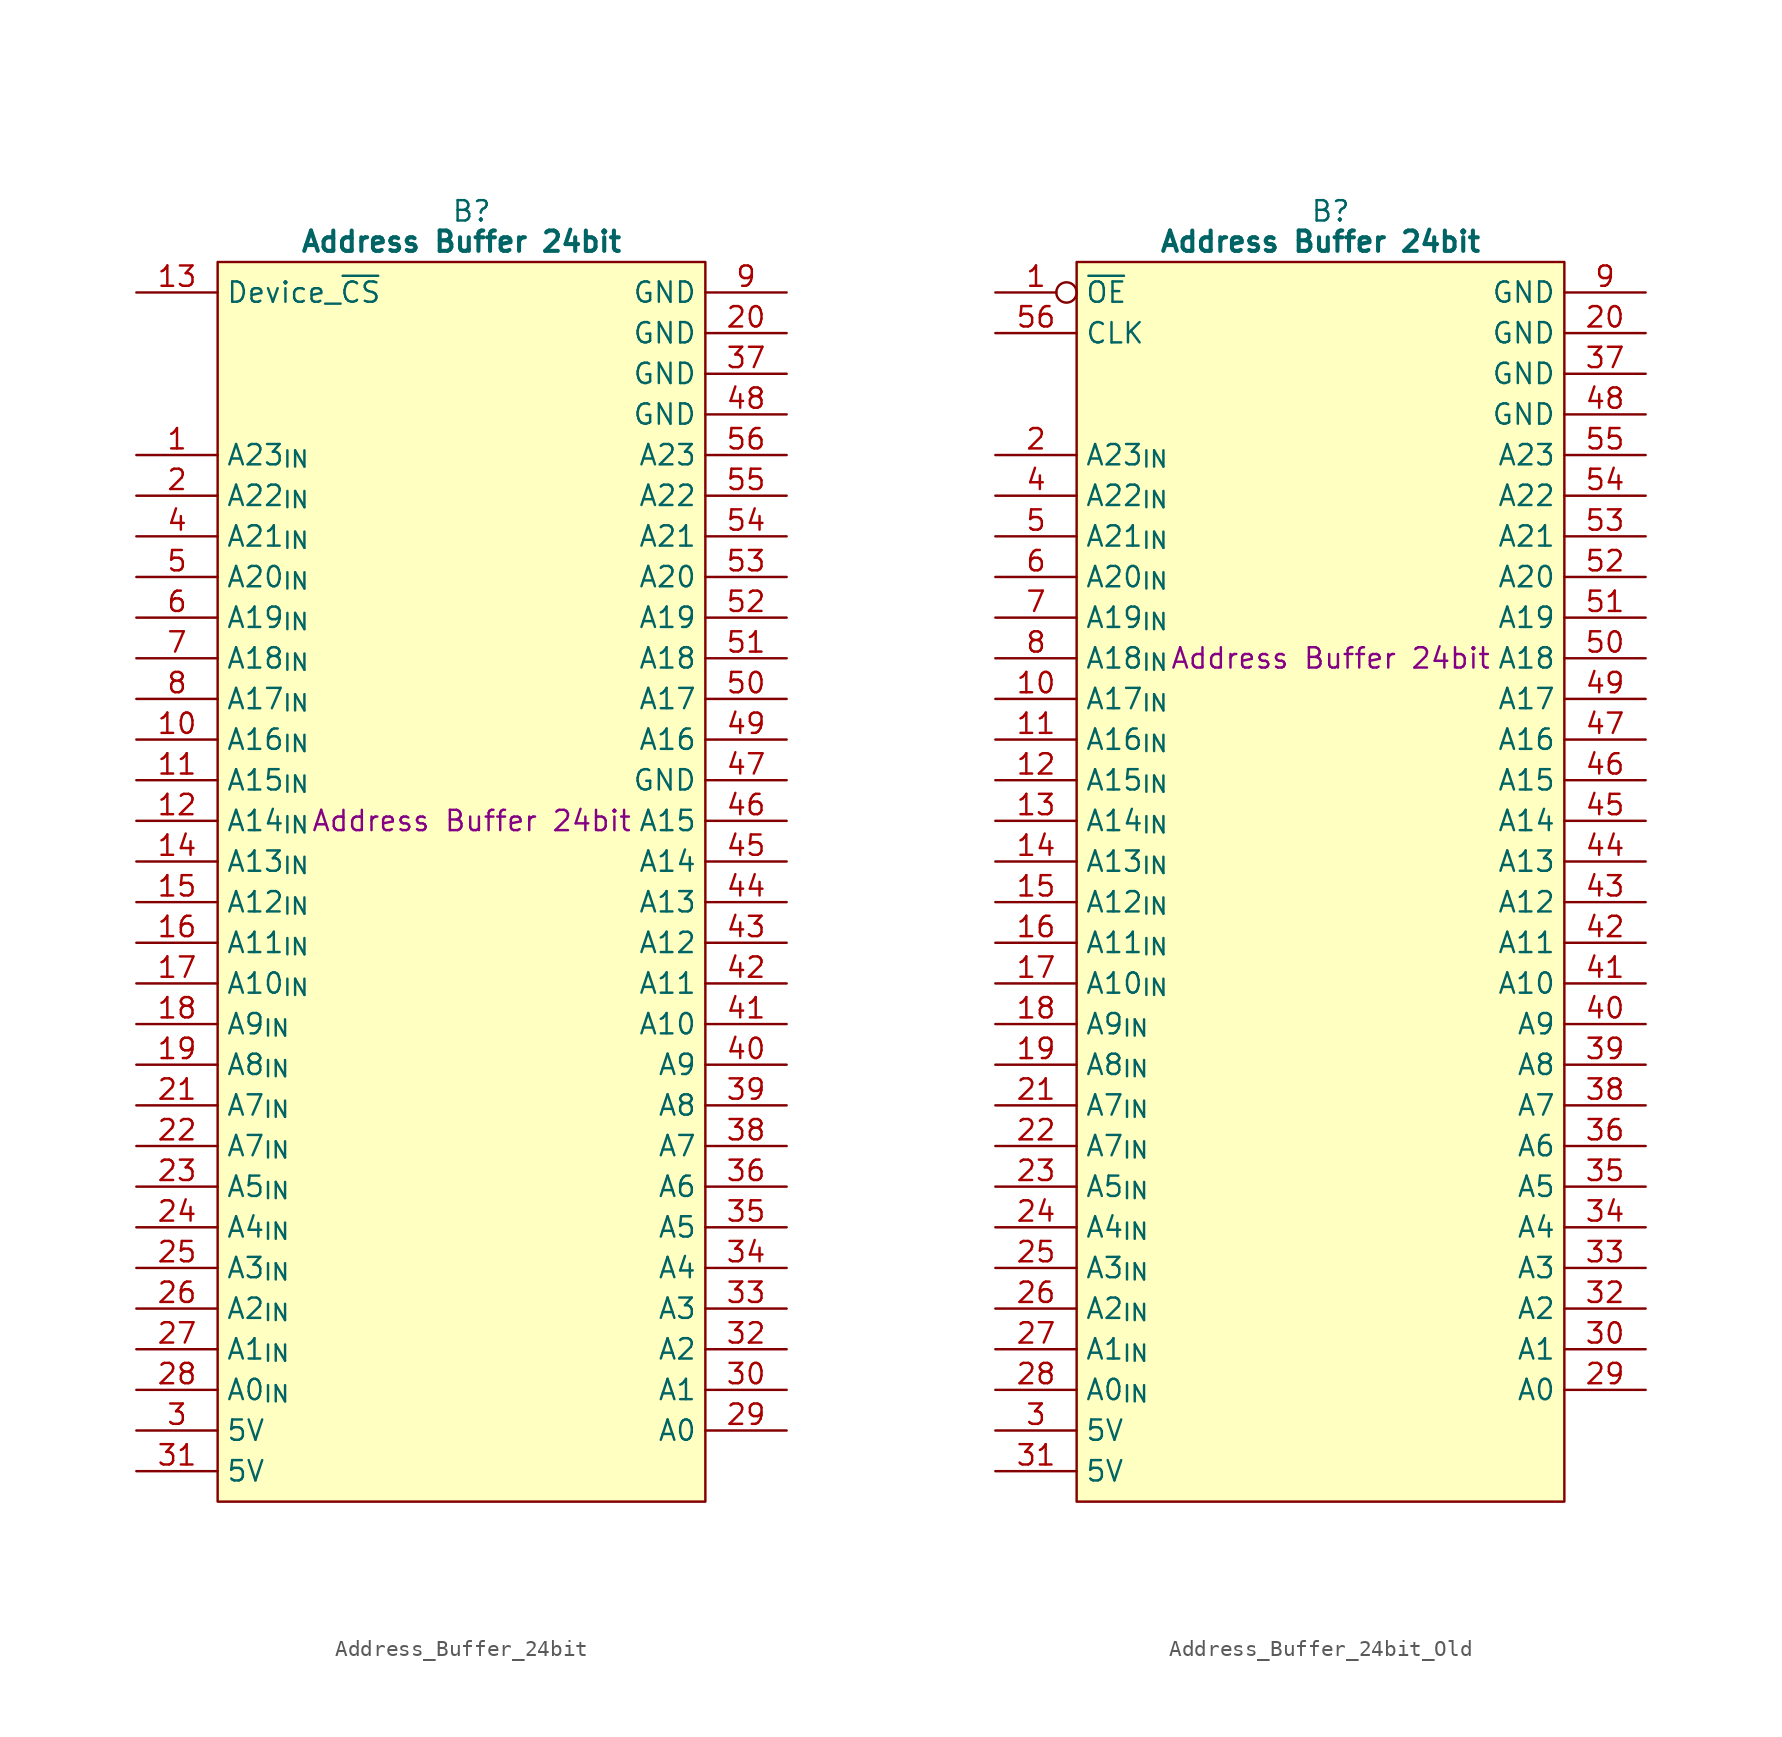
<source format=kicad_sym>
(kicad_symbol_lib
  (version 20241209)
  (generator "kicad_symbol_editor")
  (generator_version "9.0")
  (symbol "Address_Buffer_24bit"
    (property "Reference" "B"
      (at 15.875 5.08 0)
      (effects (font (size 1.27 1.27))))
    (property "Value" "Address Buffer 24bit"
      (at 15.24 3.175 0)
      (effects (font (size 1.27 1.27) (bold yes))))
    (property "Description" "Address Buffer 24bit"
      (at 15.875 -33.02 0)
      (effects (font (size 1.27 1.27))))
    (symbol "Address_Buffer_24bit_0_1"
      (polyline (pts (xy 0 1.905) (xy 30.48 1.905) (xy 30.48 -75.565) (xy 0 -75.565) (xy 0 1.905)) (stroke (width 0.152) (type default)) (fill (type background))))
    (symbol "Address_Buffer_24bit_1_0"
      (pin passive line (at 35.56 -5.08 180) (length 5.08) (name "GND" (effects (font (size 1.27 1.27)))) (number "37" (effects (font (size 1.27 1.27))))))
    (symbol "Address_Buffer_24bit_1_1"
      (pin input line (at -5.08 0 0) (length 5.08) (name "Device_~{CS}" (effects (font (size 1.27 1.27)))) (number "13" (effects (font (size 1.27 1.27)))))
      (pin input line (at -5.08 -10.16 0) (length 5.08) (name "A23_{IN}" (effects (font (size 1.27 1.27)))) (number "1" (effects (font (size 1.27 1.27)))))
      (pin input line (at -5.08 -12.7 0) (length 5.08) (name "A22_{IN}" (effects (font (size 1.27 1.27)))) (number "2" (effects (font (size 1.27 1.27)))))
      (pin input line (at -5.08 -15.24 0) (length 5.08) (name "A21_{IN}" (effects (font (size 1.27 1.27)))) (number "4" (effects (font (size 1.27 1.27)))))
      (pin input line (at -5.08 -17.78 0) (length 5.08) (name "A20_{IN}" (effects (font (size 1.27 1.27)))) (number "5" (effects (font (size 1.27 1.27)))))
      (pin input line (at -5.08 -20.32 0) (length 5.08) (name "A19_{IN}" (effects (font (size 1.27 1.27)))) (number "6" (effects (font (size 1.27 1.27)))))
      (pin input line (at -5.08 -22.86 0) (length 5.08) (name "A18_{IN}" (effects (font (size 1.27 1.27)))) (number "7" (effects (font (size 1.27 1.27)))))
      (pin input line (at -5.08 -25.4 0) (length 5.08) (name "A17_{IN}" (effects (font (size 1.27 1.27)))) (number "8" (effects (font (size 1.27 1.27)))))
      (pin input line (at -5.08 -27.94 0) (length 5.08) (name "A16_{IN}" (effects (font (size 1.27 1.27)))) (number "10" (effects (font (size 1.27 1.27)))))
      (pin input line (at -5.08 -30.48 0) (length 5.08) (name "A15_{IN}" (effects (font (size 1.27 1.27)))) (number "11" (effects (font (size 1.27 1.27)))))
      (pin input line (at -5.08 -33.02 0) (length 5.08) (name "A14_{IN}" (effects (font (size 1.27 1.27)))) (number "12" (effects (font (size 1.27 1.27)))))
      (pin input line (at -5.08 -35.56 0) (length 5.08) (name "A13_{IN}" (effects (font (size 1.27 1.27)))) (number "14" (effects (font (size 1.27 1.27)))))
      (pin input line (at -5.08 -38.1 0) (length 5.08) (name "A12_{IN}" (effects (font (size 1.27 1.27)))) (number "15" (effects (font (size 1.27 1.27)))))
      (pin input line (at -5.08 -40.64 0) (length 5.08) (name "A11_{IN}" (effects (font (size 1.27 1.27)))) (number "16" (effects (font (size 1.27 1.27)))))
      (pin input line (at -5.08 -43.18 0) (length 5.08) (name "A10_{IN}" (effects (font (size 1.27 1.27)))) (number "17" (effects (font (size 1.27 1.27)))))
      (pin input line (at -5.08 -45.72 0) (length 5.08) (name "A9_{IN}" (effects (font (size 1.27 1.27)))) (number "18" (effects (font (size 1.27 1.27)))))
      (pin input line (at -5.08 -48.26 0) (length 5.08) (name "A8_{IN}" (effects (font (size 1.27 1.27)))) (number "19" (effects (font (size 1.27 1.27)))))
      (pin input line (at -5.08 -50.8 0) (length 5.08) (name "A7_{IN}" (effects (font (size 1.27 1.27)))) (number "21" (effects (font (size 1.27 1.27)))))
      (pin input line (at -5.08 -53.34 0) (length 5.08) (name "A7_{IN}" (effects (font (size 1.27 1.27)))) (number "22" (effects (font (size 1.27 1.27)))))
      (pin input line (at -5.08 -55.88 0) (length 5.08) (name "A5_{IN}" (effects (font (size 1.27 1.27)))) (number "23" (effects (font (size 1.27 1.27)))))
      (pin input line (at -5.08 -58.42 0) (length 5.08) (name "A4_{IN}" (effects (font (size 1.27 1.27)))) (number "24" (effects (font (size 1.27 1.27)))))
      (pin input line (at -5.08 -60.96 0) (length 5.08) (name "A3_{IN}" (effects (font (size 1.27 1.27)))) (number "25" (effects (font (size 1.27 1.27)))))
      (pin input line (at -5.08 -63.5 0) (length 5.08) (name "A2_{IN}" (effects (font (size 1.27 1.27)))) (number "26" (effects (font (size 1.27 1.27)))))
      (pin input line (at -5.08 -66.04 0) (length 5.08) (name "A1_{IN}" (effects (font (size 1.27 1.27)))) (number "27" (effects (font (size 1.27 1.27)))))
      (pin input line (at -5.08 -68.58 0) (length 5.08) (name "A0_{IN}" (effects (font (size 1.27 1.27)))) (number "28" (effects (font (size 1.27 1.27)))))
      (pin passive line (at -5.08 -71.12 0) (length 5.08) (name "5V" (effects (font (size 1.27 1.27)))) (number "3" (effects (font (size 1.27 1.27)))))
      (pin passive line (at -5.08 -73.66 0) (length 5.08) (name "5V" (effects (font (size 1.27 1.27)))) (number "31" (effects (font (size 1.27 1.27)))))
      (pin passive line (at 35.56 0 180) (length 5.08) (name "GND" (effects (font (size 1.27 1.27)))) (number "9" (effects (font (size 1.27 1.27)))))
      (pin passive line (at 35.56 -2.54 180) (length 5.08) (name "GND" (effects (font (size 1.27 1.27)))) (number "20" (effects (font (size 1.27 1.27)))))
      (pin passive line (at 35.56 -7.62 180) (length 5.08) (name "GND" (effects (font (size 1.27 1.27)))) (number "48" (effects (font (size 1.27 1.27)))))
      (pin output line (at 35.56 -10.16 180) (length 5.08) (name "A23" (effects (font (size 1.27 1.27)))) (number "56" (effects (font (size 1.27 1.27)))))
      (pin output line (at 35.56 -12.7 180) (length 5.08) (name "A22" (effects (font (size 1.27 1.27)))) (number "55" (effects (font (size 1.27 1.27)))))
      (pin output line (at 35.56 -15.24 180) (length 5.08) (name "A21" (effects (font (size 1.27 1.27)))) (number "54" (effects (font (size 1.27 1.27)))))
      (pin output line (at 35.56 -17.78 180) (length 5.08) (name "A20" (effects (font (size 1.27 1.27)))) (number "53" (effects (font (size 1.27 1.27)))))
      (pin output line (at 35.56 -20.32 180) (length 5.08) (name "A19" (effects (font (size 1.27 1.27)))) (number "52" (effects (font (size 1.27 1.27)))))
      (pin output line (at 35.56 -22.86 180) (length 5.08) (name "A18" (effects (font (size 1.27 1.27)))) (number "51" (effects (font (size 1.27 1.27)))))
      (pin output line (at 35.56 -25.4 180) (length 5.08) (name "A17" (effects (font (size 1.27 1.27)))) (number "50" (effects (font (size 1.27 1.27)))))
      (pin output line (at 35.56 -27.94 180) (length 5.08) (name "A16" (effects (font (size 1.27 1.27)))) (number "49" (effects (font (size 1.27 1.27)))))
      (pin output line (at 35.56 -30.48 180) (length 5.08) (name "GND" (effects (font (size 1.27 1.27)))) (number "47" (effects (font (size 1.27 1.27)))))
      (pin output line (at 35.56 -33.02 180) (length 5.08) (name "A15" (effects (font (size 1.27 1.27)))) (number "46" (effects (font (size 1.27 1.27)))))
      (pin output line (at 35.56 -35.56 180) (length 5.08) (name "A14" (effects (font (size 1.27 1.27)))) (number "45" (effects (font (size 1.27 1.27)))))
      (pin output line (at 35.56 -38.1 180) (length 5.08) (name "A13" (effects (font (size 1.27 1.27)))) (number "44" (effects (font (size 1.27 1.27)))))
      (pin output line (at 35.56 -40.64 180) (length 5.08) (name "A12" (effects (font (size 1.27 1.27)))) (number "43" (effects (font (size 1.27 1.27)))))
      (pin output line (at 35.56 -43.18 180) (length 5.08) (name "A11" (effects (font (size 1.27 1.27)))) (number "42" (effects (font (size 1.27 1.27)))))
      (pin output line (at 35.56 -45.72 180) (length 5.08) (name "A10" (effects (font (size 1.27 1.27)))) (number "41" (effects (font (size 1.27 1.27)))))
      (pin output line (at 35.56 -48.26 180) (length 5.08) (name "A9" (effects (font (size 1.27 1.27)))) (number "40" (effects (font (size 1.27 1.27)))))
      (pin output line (at 35.56 -50.8 180) (length 5.08) (name "A8" (effects (font (size 1.27 1.27)))) (number "39" (effects (font (size 1.27 1.27)))))
      (pin output line (at 35.56 -53.34 180) (length 5.08) (name "A7" (effects (font (size 1.27 1.27)))) (number "38" (effects (font (size 1.27 1.27)))))
      (pin output line (at 35.56 -55.88 180) (length 5.08) (name "A6" (effects (font (size 1.27 1.27)))) (number "36" (effects (font (size 1.27 1.27)))))
      (pin output line (at 35.56 -58.42 180) (length 5.08) (name "A5" (effects (font (size 1.27 1.27)))) (number "35" (effects (font (size 1.27 1.27)))))
      (pin output line (at 35.56 -60.96 180) (length 5.08) (name "A4" (effects (font (size 1.27 1.27)))) (number "34" (effects (font (size 1.27 1.27)))))
      (pin output line (at 35.56 -63.5 180) (length 5.08) (name "A3" (effects (font (size 1.27 1.27)))) (number "33" (effects (font (size 1.27 1.27)))))
      (pin output line (at 35.56 -66.04 180) (length 5.08) (name "A2" (effects (font (size 1.27 1.27)))) (number "32" (effects (font (size 1.27 1.27)))))
      (pin output line (at 35.56 -68.58 180) (length 5.08) (name "A1" (effects (font (size 1.27 1.27)))) (number "30" (effects (font (size 1.27 1.27)))))
      (pin output line (at 35.56 -71.12 180) (length 5.08) (name "A0" (effects (font (size 1.27 1.27)))) (number "29" (effects (font (size 1.27 1.27)))))))
  (symbol "Address_Buffer_24bit_Old"
    (property "Reference" "B"
      (at 15.875 5.08 0)
      (effects (font (size 1.27 1.27))))
    (property "Value" "Address Buffer 24bit"
      (at 15.24 3.175 0)
      (effects (font (size 1.27 1.27) (bold yes))))
    (property "Description" "Address Buffer 24bit"
      (at 15.875 -22.86 0)
      (effects (font (size 1.27 1.27))))
    (symbol "Address_Buffer_24bit_Old_0_1"
      (polyline (pts (xy 0 1.905) (xy 30.48 1.905) (xy 30.48 -75.565) (xy 0 -75.565) (xy 0 1.905)) (stroke (width 0.152) (type default)) (fill (type background))))
    (symbol "Address_Buffer_24bit_Old_1_0"
      (pin passive line (at 35.56 -5.08 180) (length 5.08) (name "GND" (effects (font (size 1.27 1.27)))) (number "37" (effects (font (size 1.27 1.27))))))
    (symbol "Address_Buffer_24bit_Old_1_1"
      (pin input inverted (at -5.08 0 0) (length 5.08) (name "~{OE}" (effects (font (size 1.27 1.27)))) (number "1" (effects (font (size 1.27 1.27)))))
      (pin input line (at -5.08 -2.54 0) (length 5.08) (name "CLK" (effects (font (size 1.27 1.27)))) (number "56" (effects (font (size 1.27 1.27)))))
      (pin input line (at -5.08 -10.16 0) (length 5.08) (name "A23_{IN}" (effects (font (size 1.27 1.27)))) (number "2" (effects (font (size 1.27 1.27)))))
      (pin input line (at -5.08 -12.7 0) (length 5.08) (name "A22_{IN}" (effects (font (size 1.27 1.27)))) (number "4" (effects (font (size 1.27 1.27)))))
      (pin input line (at -5.08 -15.24 0) (length 5.08) (name "A21_{IN}" (effects (font (size 1.27 1.27)))) (number "5" (effects (font (size 1.27 1.27)))))
      (pin input line (at -5.08 -17.78 0) (length 5.08) (name "A20_{IN}" (effects (font (size 1.27 1.27)))) (number "6" (effects (font (size 1.27 1.27)))))
      (pin input line (at -5.08 -20.32 0) (length 5.08) (name "A19_{IN}" (effects (font (size 1.27 1.27)))) (number "7" (effects (font (size 1.27 1.27)))))
      (pin input line (at -5.08 -22.86 0) (length 5.08) (name "A18_{IN}" (effects (font (size 1.27 1.27)))) (number "8" (effects (font (size 1.27 1.27)))))
      (pin input line (at -5.08 -25.4 0) (length 5.08) (name "A17_{IN}" (effects (font (size 1.27 1.27)))) (number "10" (effects (font (size 1.27 1.27)))))
      (pin input line (at -5.08 -27.94 0) (length 5.08) (name "A16_{IN}" (effects (font (size 1.27 1.27)))) (number "11" (effects (font (size 1.27 1.27)))))
      (pin input line (at -5.08 -30.48 0) (length 5.08) (name "A15_{IN}" (effects (font (size 1.27 1.27)))) (number "12" (effects (font (size 1.27 1.27)))))
      (pin input line (at -5.08 -33.02 0) (length 5.08) (name "A14_{IN}" (effects (font (size 1.27 1.27)))) (number "13" (effects (font (size 1.27 1.27)))))
      (pin input line (at -5.08 -35.56 0) (length 5.08) (name "A13_{IN}" (effects (font (size 1.27 1.27)))) (number "14" (effects (font (size 1.27 1.27)))))
      (pin input line (at -5.08 -38.1 0) (length 5.08) (name "A12_{IN}" (effects (font (size 1.27 1.27)))) (number "15" (effects (font (size 1.27 1.27)))))
      (pin input line (at -5.08 -40.64 0) (length 5.08) (name "A11_{IN}" (effects (font (size 1.27 1.27)))) (number "16" (effects (font (size 1.27 1.27)))))
      (pin input line (at -5.08 -43.18 0) (length 5.08) (name "A10_{IN}" (effects (font (size 1.27 1.27)))) (number "17" (effects (font (size 1.27 1.27)))))
      (pin input line (at -5.08 -45.72 0) (length 5.08) (name "A9_{IN}" (effects (font (size 1.27 1.27)))) (number "18" (effects (font (size 1.27 1.27)))))
      (pin input line (at -5.08 -48.26 0) (length 5.08) (name "A8_{IN}" (effects (font (size 1.27 1.27)))) (number "19" (effects (font (size 1.27 1.27)))))
      (pin input line (at -5.08 -50.8 0) (length 5.08) (name "A7_{IN}" (effects (font (size 1.27 1.27)))) (number "21" (effects (font (size 1.27 1.27)))))
      (pin input line (at -5.08 -53.34 0) (length 5.08) (name "A7_{IN}" (effects (font (size 1.27 1.27)))) (number "22" (effects (font (size 1.27 1.27)))))
      (pin input line (at -5.08 -55.88 0) (length 5.08) (name "A5_{IN}" (effects (font (size 1.27 1.27)))) (number "23" (effects (font (size 1.27 1.27)))))
      (pin input line (at -5.08 -58.42 0) (length 5.08) (name "A4_{IN}" (effects (font (size 1.27 1.27)))) (number "24" (effects (font (size 1.27 1.27)))))
      (pin input line (at -5.08 -60.96 0) (length 5.08) (name "A3_{IN}" (effects (font (size 1.27 1.27)))) (number "25" (effects (font (size 1.27 1.27)))))
      (pin input line (at -5.08 -63.5 0) (length 5.08) (name "A2_{IN}" (effects (font (size 1.27 1.27)))) (number "26" (effects (font (size 1.27 1.27)))))
      (pin input line (at -5.08 -66.04 0) (length 5.08) (name "A1_{IN}" (effects (font (size 1.27 1.27)))) (number "27" (effects (font (size 1.27 1.27)))))
      (pin input line (at -5.08 -68.58 0) (length 5.08) (name "A0_{IN}" (effects (font (size 1.27 1.27)))) (number "28" (effects (font (size 1.27 1.27)))))
      (pin passive line (at -5.08 -71.12 0) (length 5.08) (name "5V" (effects (font (size 1.27 1.27)))) (number "3" (effects (font (size 1.27 1.27)))))
      (pin passive line (at -5.08 -73.66 0) (length 5.08) (name "5V" (effects (font (size 1.27 1.27)))) (number "31" (effects (font (size 1.27 1.27)))))
      (pin passive line (at 35.56 0 180) (length 5.08) (name "GND" (effects (font (size 1.27 1.27)))) (number "9" (effects (font (size 1.27 1.27)))))
      (pin passive line (at 35.56 -2.54 180) (length 5.08) (name "GND" (effects (font (size 1.27 1.27)))) (number "20" (effects (font (size 1.27 1.27)))))
      (pin passive line (at 35.56 -7.62 180) (length 5.08) (name "GND" (effects (font (size 1.27 1.27)))) (number "48" (effects (font (size 1.27 1.27)))))
      (pin output line (at 35.56 -10.16 180) (length 5.08) (name "A23" (effects (font (size 1.27 1.27)))) (number "55" (effects (font (size 1.27 1.27)))))
      (pin output line (at 35.56 -12.7 180) (length 5.08) (name "A22" (effects (font (size 1.27 1.27)))) (number "54" (effects (font (size 1.27 1.27)))))
      (pin output line (at 35.56 -15.24 180) (length 5.08) (name "A21" (effects (font (size 1.27 1.27)))) (number "53" (effects (font (size 1.27 1.27)))))
      (pin output line (at 35.56 -17.78 180) (length 5.08) (name "A20" (effects (font (size 1.27 1.27)))) (number "52" (effects (font (size 1.27 1.27)))))
      (pin output line (at 35.56 -20.32 180) (length 5.08) (name "A19" (effects (font (size 1.27 1.27)))) (number "51" (effects (font (size 1.27 1.27)))))
      (pin output line (at 35.56 -22.86 180) (length 5.08) (name "A18" (effects (font (size 1.27 1.27)))) (number "50" (effects (font (size 1.27 1.27)))))
      (pin output line (at 35.56 -25.4 180) (length 5.08) (name "A17" (effects (font (size 1.27 1.27)))) (number "49" (effects (font (size 1.27 1.27)))))
      (pin output line (at 35.56 -27.94 180) (length 5.08) (name "A16" (effects (font (size 1.27 1.27)))) (number "47" (effects (font (size 1.27 1.27)))))
      (pin output line (at 35.56 -30.48 180) (length 5.08) (name "A15" (effects (font (size 1.27 1.27)))) (number "46" (effects (font (size 1.27 1.27)))))
      (pin output line (at 35.56 -33.02 180) (length 5.08) (name "A14" (effects (font (size 1.27 1.27)))) (number "45" (effects (font (size 1.27 1.27)))))
      (pin output line (at 35.56 -35.56 180) (length 5.08) (name "A13" (effects (font (size 1.27 1.27)))) (number "44" (effects (font (size 1.27 1.27)))))
      (pin output line (at 35.56 -38.1 180) (length 5.08) (name "A12" (effects (font (size 1.27 1.27)))) (number "43" (effects (font (size 1.27 1.27)))))
      (pin output line (at 35.56 -40.64 180) (length 5.08) (name "A11" (effects (font (size 1.27 1.27)))) (number "42" (effects (font (size 1.27 1.27)))))
      (pin output line (at 35.56 -43.18 180) (length 5.08) (name "A10" (effects (font (size 1.27 1.27)))) (number "41" (effects (font (size 1.27 1.27)))))
      (pin output line (at 35.56 -45.72 180) (length 5.08) (name "A9" (effects (font (size 1.27 1.27)))) (number "40" (effects (font (size 1.27 1.27)))))
      (pin output line (at 35.56 -48.26 180) (length 5.08) (name "A8" (effects (font (size 1.27 1.27)))) (number "39" (effects (font (size 1.27 1.27)))))
      (pin output line (at 35.56 -50.8 180) (length 5.08) (name "A7" (effects (font (size 1.27 1.27)))) (number "38" (effects (font (size 1.27 1.27)))))
      (pin output line (at 35.56 -53.34 180) (length 5.08) (name "A6" (effects (font (size 1.27 1.27)))) (number "36" (effects (font (size 1.27 1.27)))))
      (pin output line (at 35.56 -55.88 180) (length 5.08) (name "A5" (effects (font (size 1.27 1.27)))) (number "35" (effects (font (size 1.27 1.27)))))
      (pin output line (at 35.56 -58.42 180) (length 5.08) (name "A4" (effects (font (size 1.27 1.27)))) (number "34" (effects (font (size 1.27 1.27)))))
      (pin output line (at 35.56 -60.96 180) (length 5.08) (name "A3" (effects (font (size 1.27 1.27)))) (number "33" (effects (font (size 1.27 1.27)))))
      (pin output line (at 35.56 -63.5 180) (length 5.08) (name "A2" (effects (font (size 1.27 1.27)))) (number "32" (effects (font (size 1.27 1.27)))))
      (pin output line (at 35.56 -66.04 180) (length 5.08) (name "A1" (effects (font (size 1.27 1.27)))) (number "30" (effects (font (size 1.27 1.27)))))
      (pin output line (at 35.56 -68.58 180) (length 5.08) (name "A0" (effects (font (size 1.27 1.27)))) (number "29" (effects (font (size 1.27 1.27))))))))
</source>
